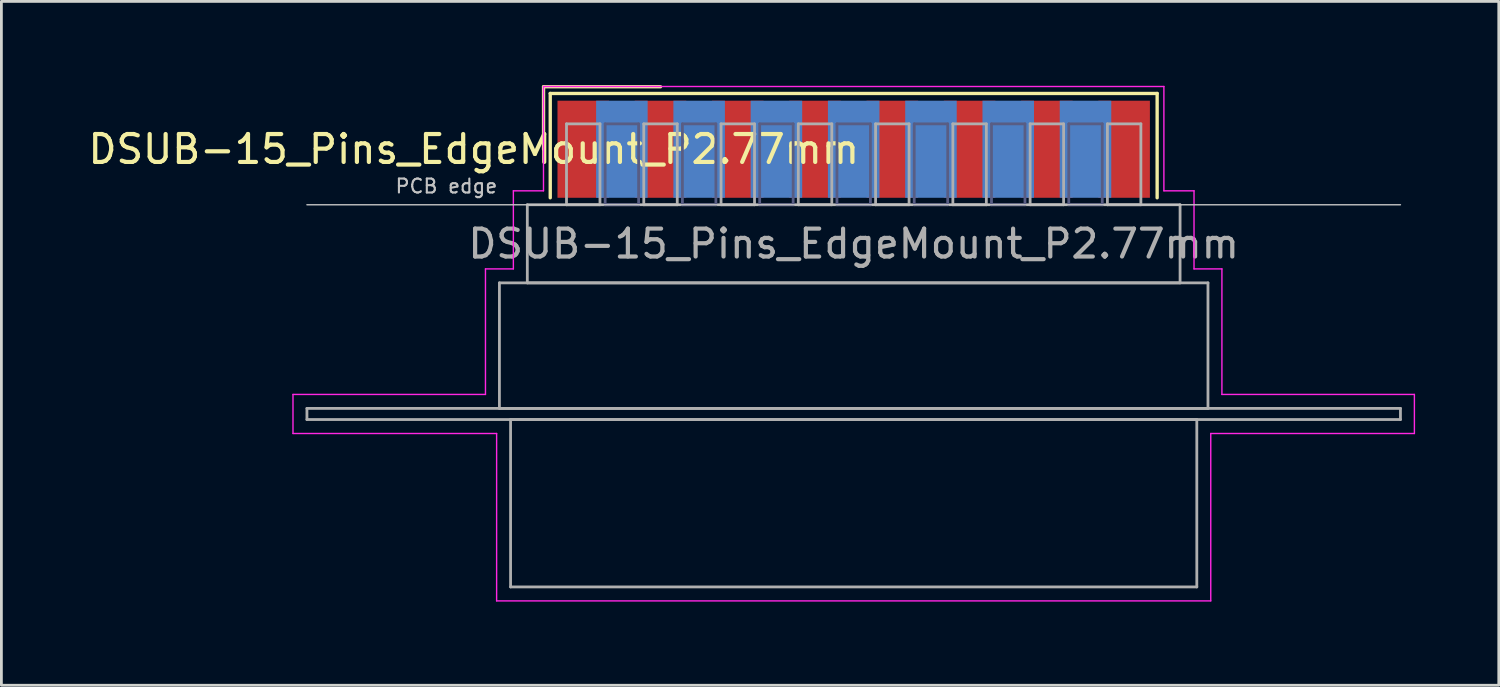
<source format=kicad_pcb>
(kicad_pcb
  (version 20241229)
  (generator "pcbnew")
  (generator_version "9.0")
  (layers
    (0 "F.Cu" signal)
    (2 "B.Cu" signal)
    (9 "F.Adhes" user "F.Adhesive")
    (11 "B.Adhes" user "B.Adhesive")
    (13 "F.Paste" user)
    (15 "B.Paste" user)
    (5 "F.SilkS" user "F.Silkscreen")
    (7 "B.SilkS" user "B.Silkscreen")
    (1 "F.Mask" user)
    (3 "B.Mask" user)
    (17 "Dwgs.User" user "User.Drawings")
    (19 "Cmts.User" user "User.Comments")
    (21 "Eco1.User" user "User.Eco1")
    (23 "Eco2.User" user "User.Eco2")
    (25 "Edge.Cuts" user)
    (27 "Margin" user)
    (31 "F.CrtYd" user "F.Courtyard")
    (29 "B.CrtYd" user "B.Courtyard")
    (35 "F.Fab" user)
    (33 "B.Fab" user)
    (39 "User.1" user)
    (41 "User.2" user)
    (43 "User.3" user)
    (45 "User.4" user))
  (footprint "DSUB-15_Pins_EdgeMount_P2.77mm"
    (layer "F.Cu")
    (at 27.553 2.3)
    (property "Reference" "DSUB-15_Pins_EdgeMount_P2.77mm" (at -13.618 0 0) (layer "F.SilkS") (effects (font (size 1 1) (thickness 0.15))))
    (attr smd)
    (fp_line (start -11.118 -2.24) (end -6.925 -2.24) (stroke (width 0.12) (type solid)) (layer "F.SilkS"))
    (fp_line (start -11.118 0) (end -11.118 -2.24) (stroke (width 0.12) (type solid)) (layer "F.SilkS"))
    (fp_line (start -10.878 -2) (end -10.878 1.74) (stroke (width 0.12) (type solid)) (layer "F.SilkS"))
    (fp_line (start 10.878 -2) (end -10.878 -2) (stroke (width 0.12) (type solid)) (layer "F.SilkS"))
    (fp_line (start 10.878 1.74) (end 10.878 -2) (stroke (width 0.12) (type solid)) (layer "F.SilkS"))
    (fp_line (start -19.6 1.99) (end 19.6 1.99) (stroke (width 0.05) (type solid)) (layer "Dwgs.User"))
    (fp_line (start -20.1 8.79) (end -13.2 8.79) (stroke (width 0.05) (type solid)) (layer "F.CrtYd"))
    (fp_line (start -20.1 10.19) (end -20.1 8.79) (stroke (width 0.05) (type solid)) (layer "F.CrtYd"))
    (fp_line (start -13.2 4.29) (end -12.2 4.29) (stroke (width 0.05) (type solid)) (layer "F.CrtYd"))
    (fp_line (start -13.2 8.79) (end -13.2 4.29) (stroke (width 0.05) (type solid)) (layer "F.CrtYd"))
    (fp_line (start -12.8 10.19) (end -20.1 10.19) (stroke (width 0.05) (type solid)) (layer "F.CrtYd"))
    (fp_line (start -12.8 16.19) (end -12.8 10.19) (stroke (width 0.05) (type solid)) (layer "F.CrtYd"))
    (fp_line (start -12.2 1.49) (end -11.12 1.49) (stroke (width 0.05) (type solid)) (layer "F.CrtYd"))
    (fp_line (start -12.2 4.29) (end -12.2 1.49) (stroke (width 0.05) (type solid)) (layer "F.CrtYd"))
    (fp_line (start -11.12 -2.25) (end 11.12 -2.25) (stroke (width 0.05) (type solid)) (layer "F.CrtYd"))
    (fp_line (start -11.12 1.49) (end -11.12 -2.25) (stroke (width 0.05) (type solid)) (layer "F.CrtYd"))
    (fp_line (start 11.12 -2.25) (end 11.12 1.49) (stroke (width 0.05) (type solid)) (layer "F.CrtYd"))
    (fp_line (start 11.12 1.49) (end 12.2 1.49) (stroke (width 0.05) (type solid)) (layer "F.CrtYd"))
    (fp_line (start 12.2 1.49) (end 12.2 4.29) (stroke (width 0.05) (type solid)) (layer "F.CrtYd"))
    (fp_line (start 12.2 4.29) (end 13.2 4.29) (stroke (width 0.05) (type solid)) (layer "F.CrtYd"))
    (fp_line (start 12.8 10.19) (end 12.8 16.19) (stroke (width 0.05) (type solid)) (layer "F.CrtYd"))
    (fp_line (start 12.8 16.19) (end -12.8 16.19) (stroke (width 0.05) (type solid)) (layer "F.CrtYd"))
    (fp_line (start 13.2 4.29) (end 13.2 8.79) (stroke (width 0.05) (type solid)) (layer "F.CrtYd"))
    (fp_line (start 13.2 8.79) (end 20.1 8.79) (stroke (width 0.05) (type solid)) (layer "F.CrtYd"))
    (fp_line (start 20.1 8.79) (end 20.1 10.19) (stroke (width 0.05) (type solid)) (layer "F.CrtYd"))
    (fp_line (start 20.1 10.19) (end 12.8 10.19) (stroke (width 0.05) (type solid)) (layer "F.CrtYd"))
    (fp_line (start -8.91 -0.91) (end -8.91 1.99) (stroke (width 0.1) (type solid)) (layer "B.Fab"))
    (fp_line (start -8.91 1.99) (end -7.71 1.99) (stroke (width 0.1) (type solid)) (layer "B.Fab"))
    (fp_line (start -7.71 -0.91) (end -8.91 -0.91) (stroke (width 0.1) (type solid)) (layer "B.Fab"))
    (fp_line (start -7.71 1.99) (end -7.71 -0.91) (stroke (width 0.1) (type solid)) (layer "B.Fab"))
    (fp_line (start -6.14 -0.91) (end -6.14 1.99) (stroke (width 0.1) (type solid)) (layer "B.Fab"))
    (fp_line (start -6.14 1.99) (end -4.94 1.99) (stroke (width 0.1) (type solid)) (layer "B.Fab"))
    (fp_line (start -4.94 -0.91) (end -6.14 -0.91) (stroke (width 0.1) (type solid)) (layer "B.Fab"))
    (fp_line (start -4.94 1.99) (end -4.94 -0.91) (stroke (width 0.1) (type solid)) (layer "B.Fab"))
    (fp_line (start -3.37 -0.91) (end -3.37 1.99) (stroke (width 0.1) (type solid)) (layer "B.Fab"))
    (fp_line (start -3.37 1.99) (end -2.17 1.99) (stroke (width 0.1) (type solid)) (layer "B.Fab"))
    (fp_line (start -2.17 -0.91) (end -3.37 -0.91) (stroke (width 0.1) (type solid)) (layer "B.Fab"))
    (fp_line (start -2.17 1.99) (end -2.17 -0.91) (stroke (width 0.1) (type solid)) (layer "B.Fab"))
    (fp_line (start -0.6 -0.91) (end -0.6 1.99) (stroke (width 0.1) (type solid)) (layer "B.Fab"))
    (fp_line (start -0.6 1.99) (end 0.6 1.99) (stroke (width 0.1) (type solid)) (layer "B.Fab"))
    (fp_line (start 0.6 -0.91) (end -0.6 -0.91) (stroke (width 0.1) (type solid)) (layer "B.Fab"))
    (fp_line (start 0.6 1.99) (end 0.6 -0.91) (stroke (width 0.1) (type solid)) (layer "B.Fab"))
    (fp_line (start 2.17 -0.91) (end 2.17 1.99) (stroke (width 0.1) (type solid)) (layer "B.Fab"))
    (fp_line (start 2.17 1.99) (end 3.37 1.99) (stroke (width 0.1) (type solid)) (layer "B.Fab"))
    (fp_line (start 3.37 -0.91) (end 2.17 -0.91) (stroke (width 0.1) (type solid)) (layer "B.Fab"))
    (fp_line (start 3.37 1.99) (end 3.37 -0.91) (stroke (width 0.1) (type solid)) (layer "B.Fab"))
    (fp_line (start 4.94 -0.91) (end 4.94 1.99) (stroke (width 0.1) (type solid)) (layer "B.Fab"))
    (fp_line (start 4.94 1.99) (end 6.14 1.99) (stroke (width 0.1) (type solid)) (layer "B.Fab"))
    (fp_line (start 6.14 -0.91) (end 4.94 -0.91) (stroke (width 0.1) (type solid)) (layer "B.Fab"))
    (fp_line (start 6.14 1.99) (end 6.14 -0.91) (stroke (width 0.1) (type solid)) (layer "B.Fab"))
    (fp_line (start 7.71 -0.91) (end 7.71 1.99) (stroke (width 0.1) (type solid)) (layer "B.Fab"))
    (fp_line (start 7.71 1.99) (end 8.91 1.99) (stroke (width 0.1) (type solid)) (layer "B.Fab"))
    (fp_line (start 8.91 -0.91) (end 7.71 -0.91) (stroke (width 0.1) (type solid)) (layer "B.Fab"))
    (fp_line (start 8.91 1.99) (end 8.91 -0.91) (stroke (width 0.1) (type solid)) (layer "B.Fab"))
    (fp_line (start -19.6 9.29) (end -19.6 9.69) (stroke (width 0.1) (type solid)) (layer "F.Fab"))
    (fp_line (start -19.6 9.69) (end 19.6 9.69) (stroke (width 0.1) (type solid)) (layer "F.Fab"))
    (fp_line (start -12.7 4.79) (end -12.7 9.29) (stroke (width 0.1) (type solid)) (layer "F.Fab"))
    (fp_line (start -12.7 9.29) (end 12.7 9.29) (stroke (width 0.1) (type solid)) (layer "F.Fab"))
    (fp_line (start -12.3 9.69) (end -12.3 15.69) (stroke (width 0.1) (type solid)) (layer "F.Fab"))
    (fp_line (start -12.3 15.69) (end 12.3 15.69) (stroke (width 0.1) (type solid)) (layer "F.Fab"))
    (fp_line (start -11.7 1.99) (end -11.7 4.79) (stroke (width 0.1) (type solid)) (layer "F.Fab"))
    (fp_line (start -11.7 4.79) (end 11.7 4.79) (stroke (width 0.1) (type solid)) (layer "F.Fab"))
    (fp_line (start -10.295 -0.91) (end -10.295 1.99) (stroke (width 0.1) (type solid)) (layer "F.Fab"))
    (fp_line (start -10.295 1.99) (end -9.095 1.99) (stroke (width 0.1) (type solid)) (layer "F.Fab"))
    (fp_line (start -9.095 -0.91) (end -10.295 -0.91) (stroke (width 0.1) (type solid)) (layer "F.Fab"))
    (fp_line (start -9.095 1.99) (end -9.095 -0.91) (stroke (width 0.1) (type solid)) (layer "F.Fab"))
    (fp_line (start -7.525 -0.91) (end -7.525 1.99) (stroke (width 0.1) (type solid)) (layer "F.Fab"))
    (fp_line (start -7.525 1.99) (end -6.325 1.99) (stroke (width 0.1) (type solid)) (layer "F.Fab"))
    (fp_line (start -6.325 -0.91) (end -7.525 -0.91) (stroke (width 0.1) (type solid)) (layer "F.Fab"))
    (fp_line (start -6.325 1.99) (end -6.325 -0.91) (stroke (width 0.1) (type solid)) (layer "F.Fab"))
    (fp_line (start -4.755 -0.91) (end -4.755 1.99) (stroke (width 0.1) (type solid)) (layer "F.Fab"))
    (fp_line (start -4.755 1.99) (end -3.555 1.99) (stroke (width 0.1) (type solid)) (layer "F.Fab"))
    (fp_line (start -3.555 -0.91) (end -4.755 -0.91) (stroke (width 0.1) (type solid)) (layer "F.Fab"))
    (fp_line (start -3.555 1.99) (end -3.555 -0.91) (stroke (width 0.1) (type solid)) (layer "F.Fab"))
    (fp_line (start -1.985 -0.91) (end -1.985 1.99) (stroke (width 0.1) (type solid)) (layer "F.Fab"))
    (fp_line (start -1.985 1.99) (end -0.785 1.99) (stroke (width 0.1) (type solid)) (layer "F.Fab"))
    (fp_line (start -0.785 -0.91) (end -1.985 -0.91) (stroke (width 0.1) (type solid)) (layer "F.Fab"))
    (fp_line (start -0.785 1.99) (end -0.785 -0.91) (stroke (width 0.1) (type solid)) (layer "F.Fab"))
    (fp_line (start 0.785 -0.91) (end 0.785 1.99) (stroke (width 0.1) (type solid)) (layer "F.Fab"))
    (fp_line (start 0.785 1.99) (end 1.985 1.99) (stroke (width 0.1) (type solid)) (layer "F.Fab"))
    (fp_line (start 1.985 -0.91) (end 0.785 -0.91) (stroke (width 0.1) (type solid)) (layer "F.Fab"))
    (fp_line (start 1.985 1.99) (end 1.985 -0.91) (stroke (width 0.1) (type solid)) (layer "F.Fab"))
    (fp_line (start 3.555 -0.91) (end 3.555 1.99) (stroke (width 0.1) (type solid)) (layer "F.Fab"))
    (fp_line (start 3.555 1.99) (end 4.755 1.99) (stroke (width 0.1) (type solid)) (layer "F.Fab"))
    (fp_line (start 4.755 -0.91) (end 3.555 -0.91) (stroke (width 0.1) (type solid)) (layer "F.Fab"))
    (fp_line (start 4.755 1.99) (end 4.755 -0.91) (stroke (width 0.1) (type solid)) (layer "F.Fab"))
    (fp_line (start 6.325 -0.91) (end 6.325 1.99) (stroke (width 0.1) (type solid)) (layer "F.Fab"))
    (fp_line (start 6.325 1.99) (end 7.525 1.99) (stroke (width 0.1) (type solid)) (layer "F.Fab"))
    (fp_line (start 7.525 -0.91) (end 6.325 -0.91) (stroke (width 0.1) (type solid)) (layer "F.Fab"))
    (fp_line (start 7.525 1.99) (end 7.525 -0.91) (stroke (width 0.1) (type solid)) (layer "F.Fab"))
    (fp_line (start 9.095 -0.91) (end 9.095 1.99) (stroke (width 0.1) (type solid)) (layer "F.Fab"))
    (fp_line (start 9.095 1.99) (end 10.295 1.99) (stroke (width 0.1) (type solid)) (layer "F.Fab"))
    (fp_line (start 10.295 -0.91) (end 9.095 -0.91) (stroke (width 0.1) (type solid)) (layer "F.Fab"))
    (fp_line (start 10.295 1.99) (end 10.295 -0.91) (stroke (width 0.1) (type solid)) (layer "F.Fab"))
    (fp_line (start 11.7 1.99) (end -11.7 1.99) (stroke (width 0.1) (type solid)) (layer "F.Fab"))
    (fp_line (start 11.7 4.79) (end 11.7 1.99) (stroke (width 0.1) (type solid)) (layer "F.Fab"))
    (fp_line (start 12.3 9.69) (end -12.3 9.69) (stroke (width 0.1) (type solid)) (layer "F.Fab"))
    (fp_line (start 12.3 15.69) (end 12.3 9.69) (stroke (width 0.1) (type solid)) (layer "F.Fab"))
    (fp_line (start 12.7 4.79) (end -12.7 4.79) (stroke (width 0.1) (type solid)) (layer "F.Fab"))
    (fp_line (start 12.7 9.29) (end 12.7 4.79) (stroke (width 0.1) (type solid)) (layer "F.Fab"))
    (fp_line (start 19.6 9.29) (end -19.6 9.29) (stroke (width 0.1) (type solid)) (layer "F.Fab"))
    (fp_line (start 19.6 9.69) (end 19.6 9.29) (stroke (width 0.1) (type solid)) (layer "F.Fab"))
    (fp_text user "PCB edge" (at -14.6 1.323 0) (layer "Dwgs.User") (effects (font (size 0.5 0.5) (thickness 0.075))))
    (fp_text user "${REFERENCE}" (at 0 3.39 0) (layer "F.Fab") (effects (font (size 1 1) (thickness 0.15))))
    (pad "1" smd rect (at -9.695 0) (size 1.847 3.48) (layers "F.Cu" "F.Mask" "F.Paste"))
    (pad "2" smd rect (at -6.925 0) (size 1.847 3.48) (layers "F.Cu" "F.Mask" "F.Paste"))
    (pad "3" smd rect (at -4.155 0) (size 1.847 3.48) (layers "F.Cu" "F.Mask" "F.Paste"))
    (pad "4" smd rect (at -1.385 0) (size 1.847 3.48) (layers "F.Cu" "F.Mask" "F.Paste"))
    (pad "5" smd rect (at 1.385 0) (size 1.847 3.48) (layers "F.Cu" "F.Mask" "F.Paste"))
    (pad "6" smd rect (at 4.155 0) (size 1.847 3.48) (layers "F.Cu" "F.Mask" "F.Paste"))
    (pad "7" smd rect (at 6.925 0) (size 1.847 3.48) (layers "F.Cu" "F.Mask" "F.Paste"))
    (pad "8" smd rect (at 9.695 0) (size 1.847 3.48) (layers "F.Cu" "F.Mask" "F.Paste"))
    (pad "9" smd rect (at -8.31 0) (size 1.847 3.48) (layers "B.Cu" "B.Mask" "B.Paste"))
    (pad "10" smd rect (at -5.54 0) (size 1.847 3.48) (layers "B.Cu" "B.Mask" "B.Paste"))
    (pad "11" smd rect (at -2.77 0) (size 1.847 3.48) (layers "B.Cu" "B.Mask" "B.Paste"))
    (pad "12" smd rect (at 0 0) (size 1.847 3.48) (layers "B.Cu" "B.Mask" "B.Paste"))
    (pad "13" smd rect (at 2.77 0) (size 1.847 3.48) (layers "B.Cu" "B.Mask" "B.Paste"))
    (pad "14" smd rect (at 5.54 0) (size 1.847 3.48) (layers "B.Cu" "B.Mask" "B.Paste"))
    (pad "15" smd rect (at 8.31 0) (size 1.847 3.48) (layers "B.Cu" "B.Mask" "B.Paste")))
  (gr_rect
    (start -3 -3)
    (end 50.678 21.515)
    (stroke (width 0.1) (type default))
    (fill no)
    (layer "Edge.Cuts")))
</source>
